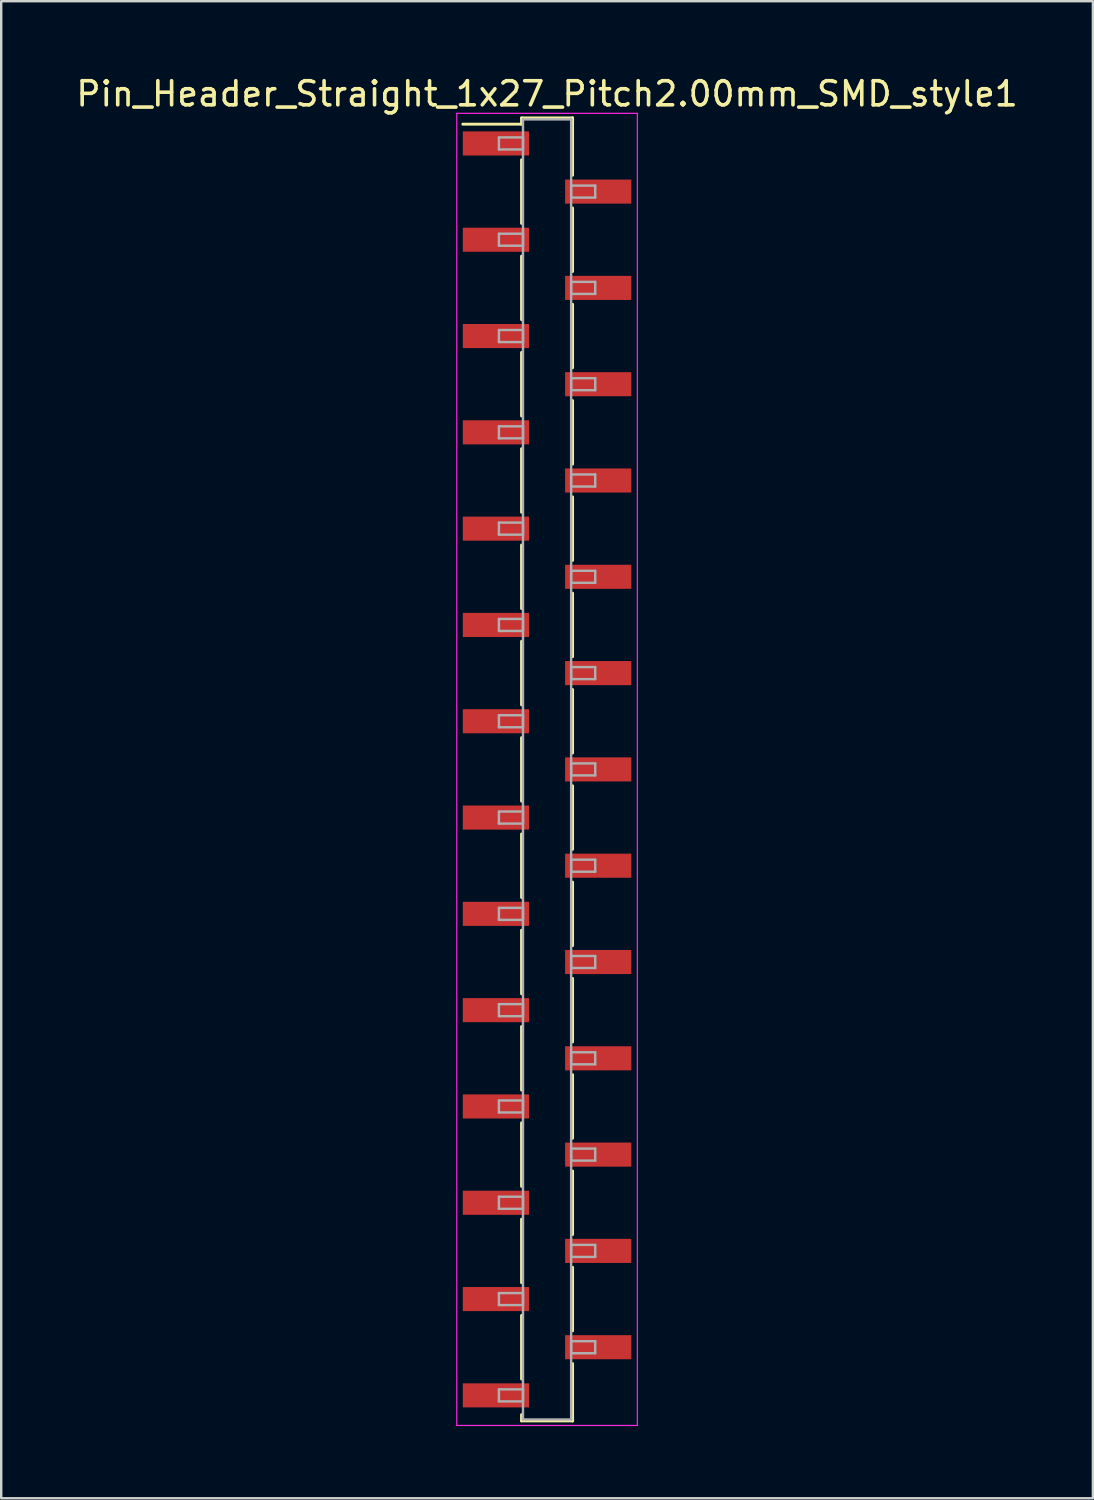
<source format=kicad_pcb>
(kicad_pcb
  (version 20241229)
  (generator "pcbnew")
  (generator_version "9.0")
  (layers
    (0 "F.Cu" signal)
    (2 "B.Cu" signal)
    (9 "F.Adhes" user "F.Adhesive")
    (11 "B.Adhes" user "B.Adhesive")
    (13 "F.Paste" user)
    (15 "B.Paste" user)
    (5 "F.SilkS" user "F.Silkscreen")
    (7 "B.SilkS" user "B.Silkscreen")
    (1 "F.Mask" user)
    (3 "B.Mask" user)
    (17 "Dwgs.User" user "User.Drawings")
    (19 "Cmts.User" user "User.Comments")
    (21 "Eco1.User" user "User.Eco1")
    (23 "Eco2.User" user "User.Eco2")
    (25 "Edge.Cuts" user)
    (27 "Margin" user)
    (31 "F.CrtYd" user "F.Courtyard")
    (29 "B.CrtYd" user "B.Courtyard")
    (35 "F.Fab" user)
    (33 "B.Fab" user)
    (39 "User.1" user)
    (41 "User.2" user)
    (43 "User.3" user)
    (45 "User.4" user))
  (footprint "Pin_Header_Straight_1x27_Pitch2.00mm_SMD_style1"
    (layer "F.Cu")
    (at 19.673 28.908)
    (property "Reference" "Pin_Header_Straight_1x27_Pitch2.00mm_SMD_style1" (at 0 -28.06 0) (layer "F.SilkS") (effects (font (size 1 1) (thickness 0.15))))
    (attr smd)
    (fp_line (start -1.06 -27.06) (end 1.06 -27.06) (stroke (width 0.12) (type solid)) (layer "F.SilkS"))
    (fp_line (start -1.06 -26.8) (end -3.5 -26.8) (stroke (width 0.12) (type solid)) (layer "F.SilkS"))
    (fp_line (start -1.06 -26.8) (end -1.06 -27.06) (stroke (width 0.12) (type solid)) (layer "F.SilkS"))
    (fp_line (start -1.06 -25.32) (end -1.06 -22.68) (stroke (width 0.12) (type solid)) (layer "F.SilkS"))
    (fp_line (start -1.06 -21.32) (end -1.06 -18.68) (stroke (width 0.12) (type solid)) (layer "F.SilkS"))
    (fp_line (start -1.06 -17.32) (end -1.06 -14.68) (stroke (width 0.12) (type solid)) (layer "F.SilkS"))
    (fp_line (start -1.06 -13.32) (end -1.06 -10.68) (stroke (width 0.12) (type solid)) (layer "F.SilkS"))
    (fp_line (start -1.06 -9.32) (end -1.06 -6.68) (stroke (width 0.12) (type solid)) (layer "F.SilkS"))
    (fp_line (start -1.06 -5.32) (end -1.06 -2.68) (stroke (width 0.12) (type solid)) (layer "F.SilkS"))
    (fp_line (start -1.06 -1.32) (end -1.06 1.32) (stroke (width 0.12) (type solid)) (layer "F.SilkS"))
    (fp_line (start -1.06 2.68) (end -1.06 5.32) (stroke (width 0.12) (type solid)) (layer "F.SilkS"))
    (fp_line (start -1.06 6.68) (end -1.06 9.32) (stroke (width 0.12) (type solid)) (layer "F.SilkS"))
    (fp_line (start -1.06 10.68) (end -1.06 13.32) (stroke (width 0.12) (type solid)) (layer "F.SilkS"))
    (fp_line (start -1.06 14.68) (end -1.06 17.32) (stroke (width 0.12) (type solid)) (layer "F.SilkS"))
    (fp_line (start -1.06 18.68) (end -1.06 21.32) (stroke (width 0.12) (type solid)) (layer "F.SilkS"))
    (fp_line (start -1.06 22.68) (end -1.06 25.32) (stroke (width 0.12) (type solid)) (layer "F.SilkS"))
    (fp_line (start -1.06 26.8) (end -1.06 27.06) (stroke (width 0.12) (type solid)) (layer "F.SilkS"))
    (fp_line (start -1.06 27.06) (end 1.06 27.06) (stroke (width 0.12) (type solid)) (layer "F.SilkS"))
    (fp_line (start 1.06 -27.06) (end 1.06 -26.8) (stroke (width 0.12) (type solid)) (layer "F.SilkS"))
    (fp_line (start 1.06 -27.06) (end 1.06 -24.68) (stroke (width 0.12) (type solid)) (layer "F.SilkS"))
    (fp_line (start 1.06 -23.32) (end 1.06 -20.68) (stroke (width 0.12) (type solid)) (layer "F.SilkS"))
    (fp_line (start 1.06 -19.32) (end 1.06 -16.68) (stroke (width 0.12) (type solid)) (layer "F.SilkS"))
    (fp_line (start 1.06 -15.32) (end 1.06 -12.68) (stroke (width 0.12) (type solid)) (layer "F.SilkS"))
    (fp_line (start 1.06 -11.32) (end 1.06 -8.68) (stroke (width 0.12) (type solid)) (layer "F.SilkS"))
    (fp_line (start 1.06 -7.32) (end 1.06 -4.68) (stroke (width 0.12) (type solid)) (layer "F.SilkS"))
    (fp_line (start 1.06 -3.32) (end 1.06 -0.68) (stroke (width 0.12) (type solid)) (layer "F.SilkS"))
    (fp_line (start 1.06 0.68) (end 1.06 3.32) (stroke (width 0.12) (type solid)) (layer "F.SilkS"))
    (fp_line (start 1.06 4.68) (end 1.06 7.32) (stroke (width 0.12) (type solid)) (layer "F.SilkS"))
    (fp_line (start 1.06 8.68) (end 1.06 11.32) (stroke (width 0.12) (type solid)) (layer "F.SilkS"))
    (fp_line (start 1.06 12.68) (end 1.06 15.32) (stroke (width 0.12) (type solid)) (layer "F.SilkS"))
    (fp_line (start 1.06 16.68) (end 1.06 19.32) (stroke (width 0.12) (type solid)) (layer "F.SilkS"))
    (fp_line (start 1.06 20.68) (end 1.06 23.32) (stroke (width 0.12) (type solid)) (layer "F.SilkS"))
    (fp_line (start 1.06 24.68) (end 1.06 27.06) (stroke (width 0.12) (type solid)) (layer "F.SilkS"))
    (fp_line (start 1.06 27.06) (end 1.06 26.8) (stroke (width 0.12) (type solid)) (layer "F.SilkS"))
    (fp_line (start -3.75 -27.25) (end -3.75 27.25) (stroke (width 0.05) (type solid)) (layer "F.CrtYd"))
    (fp_line (start -3.75 27.25) (end 3.75 27.25) (stroke (width 0.05) (type solid)) (layer "F.CrtYd"))
    (fp_line (start 3.75 -27.25) (end -3.75 -27.25) (stroke (width 0.05) (type solid)) (layer "F.CrtYd"))
    (fp_line (start 3.75 27.25) (end 3.75 -27.25) (stroke (width 0.05) (type solid)) (layer "F.CrtYd"))
    (fp_line (start -2 -26.25) (end -1 -26.25) (stroke (width 0.1) (type solid)) (layer "F.Fab"))
    (fp_line (start -2 -25.75) (end -2 -26.25) (stroke (width 0.1) (type solid)) (layer "F.Fab"))
    (fp_line (start -2 -22.25) (end -1 -22.25) (stroke (width 0.1) (type solid)) (layer "F.Fab"))
    (fp_line (start -2 -21.75) (end -2 -22.25) (stroke (width 0.1) (type solid)) (layer "F.Fab"))
    (fp_line (start -2 -18.25) (end -1 -18.25) (stroke (width 0.1) (type solid)) (layer "F.Fab"))
    (fp_line (start -2 -17.75) (end -2 -18.25) (stroke (width 0.1) (type solid)) (layer "F.Fab"))
    (fp_line (start -2 -14.25) (end -1 -14.25) (stroke (width 0.1) (type solid)) (layer "F.Fab"))
    (fp_line (start -2 -13.75) (end -2 -14.25) (stroke (width 0.1) (type solid)) (layer "F.Fab"))
    (fp_line (start -2 -10.25) (end -1 -10.25) (stroke (width 0.1) (type solid)) (layer "F.Fab"))
    (fp_line (start -2 -9.75) (end -2 -10.25) (stroke (width 0.1) (type solid)) (layer "F.Fab"))
    (fp_line (start -2 -6.25) (end -1 -6.25) (stroke (width 0.1) (type solid)) (layer "F.Fab"))
    (fp_line (start -2 -5.75) (end -2 -6.25) (stroke (width 0.1) (type solid)) (layer "F.Fab"))
    (fp_line (start -2 -2.25) (end -1 -2.25) (stroke (width 0.1) (type solid)) (layer "F.Fab"))
    (fp_line (start -2 -1.75) (end -2 -2.25) (stroke (width 0.1) (type solid)) (layer "F.Fab"))
    (fp_line (start -2 1.75) (end -1 1.75) (stroke (width 0.1) (type solid)) (layer "F.Fab"))
    (fp_line (start -2 2.25) (end -2 1.75) (stroke (width 0.1) (type solid)) (layer "F.Fab"))
    (fp_line (start -2 5.75) (end -1 5.75) (stroke (width 0.1) (type solid)) (layer "F.Fab"))
    (fp_line (start -2 6.25) (end -2 5.75) (stroke (width 0.1) (type solid)) (layer "F.Fab"))
    (fp_line (start -2 9.75) (end -1 9.75) (stroke (width 0.1) (type solid)) (layer "F.Fab"))
    (fp_line (start -2 10.25) (end -2 9.75) (stroke (width 0.1) (type solid)) (layer "F.Fab"))
    (fp_line (start -2 13.75) (end -1 13.75) (stroke (width 0.1) (type solid)) (layer "F.Fab"))
    (fp_line (start -2 14.25) (end -2 13.75) (stroke (width 0.1) (type solid)) (layer "F.Fab"))
    (fp_line (start -2 17.75) (end -1 17.75) (stroke (width 0.1) (type solid)) (layer "F.Fab"))
    (fp_line (start -2 18.25) (end -2 17.75) (stroke (width 0.1) (type solid)) (layer "F.Fab"))
    (fp_line (start -2 21.75) (end -1 21.75) (stroke (width 0.1) (type solid)) (layer "F.Fab"))
    (fp_line (start -2 22.25) (end -2 21.75) (stroke (width 0.1) (type solid)) (layer "F.Fab"))
    (fp_line (start -2 25.75) (end -1 25.75) (stroke (width 0.1) (type solid)) (layer "F.Fab"))
    (fp_line (start -2 26.25) (end -2 25.75) (stroke (width 0.1) (type solid)) (layer "F.Fab"))
    (fp_line (start -1 -27) (end -1 27) (stroke (width 0.1) (type solid)) (layer "F.Fab"))
    (fp_line (start -1 -26.25) (end -1 -25.75) (stroke (width 0.1) (type solid)) (layer "F.Fab"))
    (fp_line (start -1 -25.75) (end -2 -25.75) (stroke (width 0.1) (type solid)) (layer "F.Fab"))
    (fp_line (start -1 -22.25) (end -1 -21.75) (stroke (width 0.1) (type solid)) (layer "F.Fab"))
    (fp_line (start -1 -21.75) (end -2 -21.75) (stroke (width 0.1) (type solid)) (layer "F.Fab"))
    (fp_line (start -1 -18.25) (end -1 -17.75) (stroke (width 0.1) (type solid)) (layer "F.Fab"))
    (fp_line (start -1 -17.75) (end -2 -17.75) (stroke (width 0.1) (type solid)) (layer "F.Fab"))
    (fp_line (start -1 -14.25) (end -1 -13.75) (stroke (width 0.1) (type solid)) (layer "F.Fab"))
    (fp_line (start -1 -13.75) (end -2 -13.75) (stroke (width 0.1) (type solid)) (layer "F.Fab"))
    (fp_line (start -1 -10.25) (end -1 -9.75) (stroke (width 0.1) (type solid)) (layer "F.Fab"))
    (fp_line (start -1 -9.75) (end -2 -9.75) (stroke (width 0.1) (type solid)) (layer "F.Fab"))
    (fp_line (start -1 -6.25) (end -1 -5.75) (stroke (width 0.1) (type solid)) (layer "F.Fab"))
    (fp_line (start -1 -5.75) (end -2 -5.75) (stroke (width 0.1) (type solid)) (layer "F.Fab"))
    (fp_line (start -1 -2.25) (end -1 -1.75) (stroke (width 0.1) (type solid)) (layer "F.Fab"))
    (fp_line (start -1 -1.75) (end -2 -1.75) (stroke (width 0.1) (type solid)) (layer "F.Fab"))
    (fp_line (start -1 1.75) (end -1 2.25) (stroke (width 0.1) (type solid)) (layer "F.Fab"))
    (fp_line (start -1 2.25) (end -2 2.25) (stroke (width 0.1) (type solid)) (layer "F.Fab"))
    (fp_line (start -1 5.75) (end -1 6.25) (stroke (width 0.1) (type solid)) (layer "F.Fab"))
    (fp_line (start -1 6.25) (end -2 6.25) (stroke (width 0.1) (type solid)) (layer "F.Fab"))
    (fp_line (start -1 9.75) (end -1 10.25) (stroke (width 0.1) (type solid)) (layer "F.Fab"))
    (fp_line (start -1 10.25) (end -2 10.25) (stroke (width 0.1) (type solid)) (layer "F.Fab"))
    (fp_line (start -1 13.75) (end -1 14.25) (stroke (width 0.1) (type solid)) (layer "F.Fab"))
    (fp_line (start -1 14.25) (end -2 14.25) (stroke (width 0.1) (type solid)) (layer "F.Fab"))
    (fp_line (start -1 17.75) (end -1 18.25) (stroke (width 0.1) (type solid)) (layer "F.Fab"))
    (fp_line (start -1 18.25) (end -2 18.25) (stroke (width 0.1) (type solid)) (layer "F.Fab"))
    (fp_line (start -1 21.75) (end -1 22.25) (stroke (width 0.1) (type solid)) (layer "F.Fab"))
    (fp_line (start -1 22.25) (end -2 22.25) (stroke (width 0.1) (type solid)) (layer "F.Fab"))
    (fp_line (start -1 25.75) (end -1 26.25) (stroke (width 0.1) (type solid)) (layer "F.Fab"))
    (fp_line (start -1 26.25) (end -2 26.25) (stroke (width 0.1) (type solid)) (layer "F.Fab"))
    (fp_line (start -1 27) (end 1 27) (stroke (width 0.1) (type solid)) (layer "F.Fab"))
    (fp_line (start 1 -27) (end -1 -27) (stroke (width 0.1) (type solid)) (layer "F.Fab"))
    (fp_line (start 1 -24.25) (end 1 -23.75) (stroke (width 0.1) (type solid)) (layer "F.Fab"))
    (fp_line (start 1 -23.75) (end 2 -23.75) (stroke (width 0.1) (type solid)) (layer "F.Fab"))
    (fp_line (start 1 -20.25) (end 1 -19.75) (stroke (width 0.1) (type solid)) (layer "F.Fab"))
    (fp_line (start 1 -19.75) (end 2 -19.75) (stroke (width 0.1) (type solid)) (layer "F.Fab"))
    (fp_line (start 1 -16.25) (end 1 -15.75) (stroke (width 0.1) (type solid)) (layer "F.Fab"))
    (fp_line (start 1 -15.75) (end 2 -15.75) (stroke (width 0.1) (type solid)) (layer "F.Fab"))
    (fp_line (start 1 -12.25) (end 1 -11.75) (stroke (width 0.1) (type solid)) (layer "F.Fab"))
    (fp_line (start 1 -11.75) (end 2 -11.75) (stroke (width 0.1) (type solid)) (layer "F.Fab"))
    (fp_line (start 1 -8.25) (end 1 -7.75) (stroke (width 0.1) (type solid)) (layer "F.Fab"))
    (fp_line (start 1 -7.75) (end 2 -7.75) (stroke (width 0.1) (type solid)) (layer "F.Fab"))
    (fp_line (start 1 -4.25) (end 1 -3.75) (stroke (width 0.1) (type solid)) (layer "F.Fab"))
    (fp_line (start 1 -3.75) (end 2 -3.75) (stroke (width 0.1) (type solid)) (layer "F.Fab"))
    (fp_line (start 1 -0.25) (end 1 0.25) (stroke (width 0.1) (type solid)) (layer "F.Fab"))
    (fp_line (start 1 0.25) (end 2 0.25) (stroke (width 0.1) (type solid)) (layer "F.Fab"))
    (fp_line (start 1 3.75) (end 1 4.25) (stroke (width 0.1) (type solid)) (layer "F.Fab"))
    (fp_line (start 1 4.25) (end 2 4.25) (stroke (width 0.1) (type solid)) (layer "F.Fab"))
    (fp_line (start 1 7.75) (end 1 8.25) (stroke (width 0.1) (type solid)) (layer "F.Fab"))
    (fp_line (start 1 8.25) (end 2 8.25) (stroke (width 0.1) (type solid)) (layer "F.Fab"))
    (fp_line (start 1 11.75) (end 1 12.25) (stroke (width 0.1) (type solid)) (layer "F.Fab"))
    (fp_line (start 1 12.25) (end 2 12.25) (stroke (width 0.1) (type solid)) (layer "F.Fab"))
    (fp_line (start 1 15.75) (end 1 16.25) (stroke (width 0.1) (type solid)) (layer "F.Fab"))
    (fp_line (start 1 16.25) (end 2 16.25) (stroke (width 0.1) (type solid)) (layer "F.Fab"))
    (fp_line (start 1 19.75) (end 1 20.25) (stroke (width 0.1) (type solid)) (layer "F.Fab"))
    (fp_line (start 1 20.25) (end 2 20.25) (stroke (width 0.1) (type solid)) (layer "F.Fab"))
    (fp_line (start 1 23.75) (end 1 24.25) (stroke (width 0.1) (type solid)) (layer "F.Fab"))
    (fp_line (start 1 24.25) (end 2 24.25) (stroke (width 0.1) (type solid)) (layer "F.Fab"))
    (fp_line (start 1 27) (end 1 -27) (stroke (width 0.1) (type solid)) (layer "F.Fab"))
    (fp_line (start 2 -24.25) (end 1 -24.25) (stroke (width 0.1) (type solid)) (layer "F.Fab"))
    (fp_line (start 2 -23.75) (end 2 -24.25) (stroke (width 0.1) (type solid)) (layer "F.Fab"))
    (fp_line (start 2 -20.25) (end 1 -20.25) (stroke (width 0.1) (type solid)) (layer "F.Fab"))
    (fp_line (start 2 -19.75) (end 2 -20.25) (stroke (width 0.1) (type solid)) (layer "F.Fab"))
    (fp_line (start 2 -16.25) (end 1 -16.25) (stroke (width 0.1) (type solid)) (layer "F.Fab"))
    (fp_line (start 2 -15.75) (end 2 -16.25) (stroke (width 0.1) (type solid)) (layer "F.Fab"))
    (fp_line (start 2 -12.25) (end 1 -12.25) (stroke (width 0.1) (type solid)) (layer "F.Fab"))
    (fp_line (start 2 -11.75) (end 2 -12.25) (stroke (width 0.1) (type solid)) (layer "F.Fab"))
    (fp_line (start 2 -8.25) (end 1 -8.25) (stroke (width 0.1) (type solid)) (layer "F.Fab"))
    (fp_line (start 2 -7.75) (end 2 -8.25) (stroke (width 0.1) (type solid)) (layer "F.Fab"))
    (fp_line (start 2 -4.25) (end 1 -4.25) (stroke (width 0.1) (type solid)) (layer "F.Fab"))
    (fp_line (start 2 -3.75) (end 2 -4.25) (stroke (width 0.1) (type solid)) (layer "F.Fab"))
    (fp_line (start 2 -0.25) (end 1 -0.25) (stroke (width 0.1) (type solid)) (layer "F.Fab"))
    (fp_line (start 2 0.25) (end 2 -0.25) (stroke (width 0.1) (type solid)) (layer "F.Fab"))
    (fp_line (start 2 3.75) (end 1 3.75) (stroke (width 0.1) (type solid)) (layer "F.Fab"))
    (fp_line (start 2 4.25) (end 2 3.75) (stroke (width 0.1) (type solid)) (layer "F.Fab"))
    (fp_line (start 2 7.75) (end 1 7.75) (stroke (width 0.1) (type solid)) (layer "F.Fab"))
    (fp_line (start 2 8.25) (end 2 7.75) (stroke (width 0.1) (type solid)) (layer "F.Fab"))
    (fp_line (start 2 11.75) (end 1 11.75) (stroke (width 0.1) (type solid)) (layer "F.Fab"))
    (fp_line (start 2 12.25) (end 2 11.75) (stroke (width 0.1) (type solid)) (layer "F.Fab"))
    (fp_line (start 2 15.75) (end 1 15.75) (stroke (width 0.1) (type solid)) (layer "F.Fab"))
    (fp_line (start 2 16.25) (end 2 15.75) (stroke (width 0.1) (type solid)) (layer "F.Fab"))
    (fp_line (start 2 19.75) (end 1 19.75) (stroke (width 0.1) (type solid)) (layer "F.Fab"))
    (fp_line (start 2 20.25) (end 2 19.75) (stroke (width 0.1) (type solid)) (layer "F.Fab"))
    (fp_line (start 2 23.75) (end 1 23.75) (stroke (width 0.1) (type solid)) (layer "F.Fab"))
    (fp_line (start 2 24.25) (end 2 23.75) (stroke (width 0.1) (type solid)) (layer "F.Fab"))
    (pad "1" smd rect (at -2.125 -26) (size 2.75 1) (layers "F.Cu" "F.Mask"))
    (pad "2" smd rect (at 2.125 -24) (size 2.75 1) (layers "F.Cu" "F.Mask"))
    (pad "3" smd rect (at -2.125 -22) (size 2.75 1) (layers "F.Cu" "F.Mask"))
    (pad "4" smd rect (at 2.125 -20) (size 2.75 1) (layers "F.Cu" "F.Mask"))
    (pad "5" smd rect (at -2.125 -18) (size 2.75 1) (layers "F.Cu" "F.Mask"))
    (pad "6" smd rect (at 2.125 -16) (size 2.75 1) (layers "F.Cu" "F.Mask"))
    (pad "7" smd rect (at -2.125 -14) (size 2.75 1) (layers "F.Cu" "F.Mask"))
    (pad "8" smd rect (at 2.125 -12) (size 2.75 1) (layers "F.Cu" "F.Mask"))
    (pad "9" smd rect (at -2.125 -10) (size 2.75 1) (layers "F.Cu" "F.Mask"))
    (pad "10" smd rect (at 2.125 -8) (size 2.75 1) (layers "F.Cu" "F.Mask"))
    (pad "11" smd rect (at -2.125 -6) (size 2.75 1) (layers "F.Cu" "F.Mask"))
    (pad "12" smd rect (at 2.125 -4) (size 2.75 1) (layers "F.Cu" "F.Mask"))
    (pad "13" smd rect (at -2.125 -2) (size 2.75 1) (layers "F.Cu" "F.Mask"))
    (pad "14" smd rect (at 2.125 0) (size 2.75 1) (layers "F.Cu" "F.Mask"))
    (pad "15" smd rect (at -2.125 2) (size 2.75 1) (layers "F.Cu" "F.Mask"))
    (pad "16" smd rect (at 2.125 4) (size 2.75 1) (layers "F.Cu" "F.Mask"))
    (pad "17" smd rect (at -2.125 6) (size 2.75 1) (layers "F.Cu" "F.Mask"))
    (pad "18" smd rect (at 2.125 8) (size 2.75 1) (layers "F.Cu" "F.Mask"))
    (pad "19" smd rect (at -2.125 10) (size 2.75 1) (layers "F.Cu" "F.Mask"))
    (pad "20" smd rect (at 2.125 12) (size 2.75 1) (layers "F.Cu" "F.Mask"))
    (pad "21" smd rect (at -2.125 14) (size 2.75 1) (layers "F.Cu" "F.Mask"))
    (pad "22" smd rect (at 2.125 16) (size 2.75 1) (layers "F.Cu" "F.Mask"))
    (pad "23" smd rect (at -2.125 18) (size 2.75 1) (layers "F.Cu" "F.Mask"))
    (pad "24" smd rect (at 2.125 20) (size 2.75 1) (layers "F.Cu" "F.Mask"))
    (pad "25" smd rect (at -2.125 22) (size 2.75 1) (layers "F.Cu" "F.Mask"))
    (pad "26" smd rect (at 2.125 24) (size 2.75 1) (layers "F.Cu" "F.Mask"))
    (pad "27" smd rect (at -2.125 26) (size 2.75 1) (layers "F.Cu" "F.Mask")))
  (gr_rect
    (start -3 -3)
    (end 42.345 59.183)
    (stroke (width 0.1) (type default))
    (fill no)
    (layer "Edge.Cuts")))
</source>
